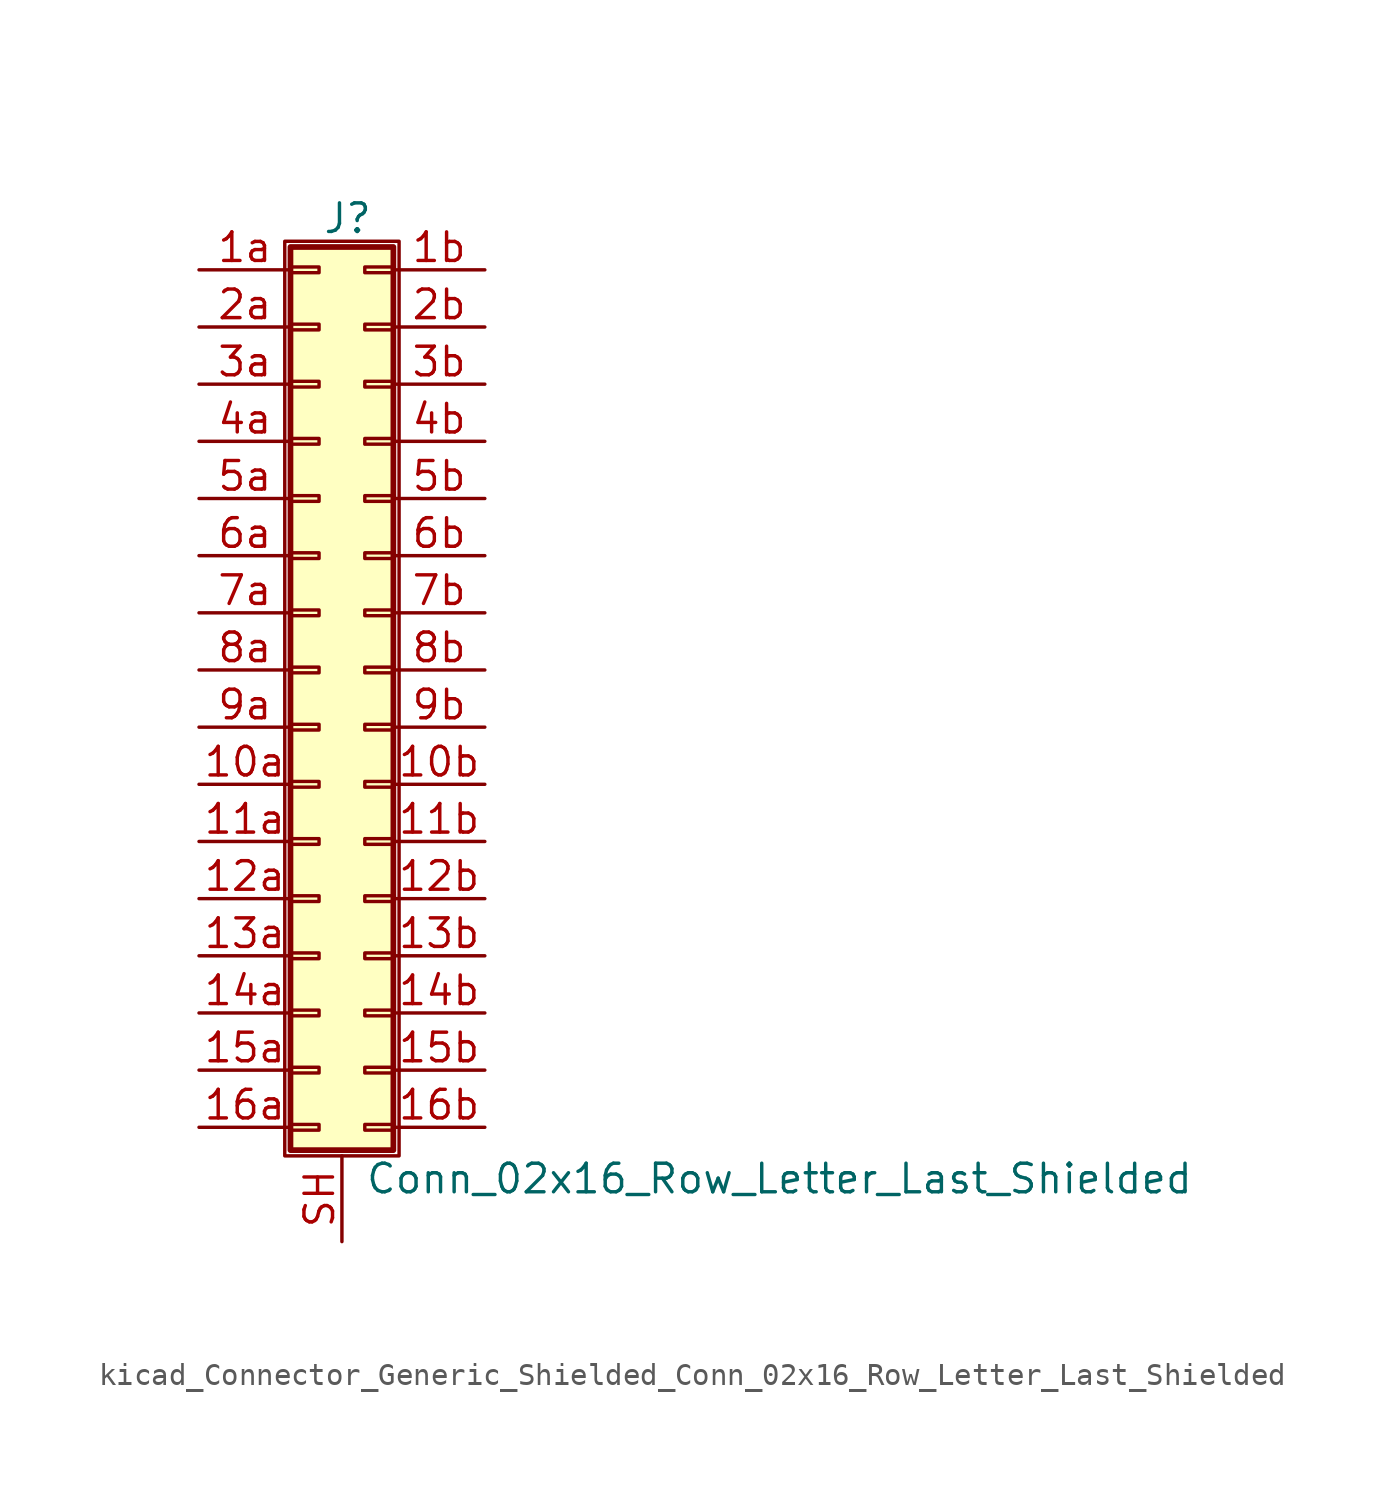
<source format=kicad_sym>
(kicad_symbol_lib
  (version 20220914)
  (generator kicad_symbol_editor)
  (symbol "kicad_Connector_Generic_Shielded_Conn_02x16_Row_Letter_Last_Shielded"
    (pin_names
      (offset 1.016) hide)
    (property "Reference" "J"
      (at 1.524 20.066 0)
      (effects (font (size 1.27 1.27))))
    (property "Value" "Conn_02x16_Row_Letter_Last_Shielded"
      (at 2.286 -22.606 0)
      (effects (font (size 1.27 1.27)) (justify left)))
    (symbol "kicad_Connector_Generic_Shielded_Conn_02x16_Row_Letter_Last_Shielded_1_1"
      (rectangle (start -1.27 19.05) (end 3.81 -21.59) (stroke (width 0.152) (type default)) (fill (type none)))
      (rectangle (start -1.016 -20.193) (end 0.254 -20.447) (stroke (width 0.152) (type default)) (fill (type none)))
      (rectangle (start -1.016 -17.653) (end 0.254 -17.907) (stroke (width 0.152) (type default)) (fill (type none)))
      (rectangle (start -1.016 -15.113) (end 0.254 -15.367) (stroke (width 0.152) (type default)) (fill (type none)))
      (rectangle (start -1.016 -12.573) (end 0.254 -12.827) (stroke (width 0.152) (type default)) (fill (type none)))
      (rectangle (start -1.016 -10.033) (end 0.254 -10.287) (stroke (width 0.152) (type default)) (fill (type none)))
      (rectangle (start -1.016 -7.493) (end 0.254 -7.747) (stroke (width 0.152) (type default)) (fill (type none)))
      (rectangle (start -1.016 -4.953) (end 0.254 -5.207) (stroke (width 0.152) (type default)) (fill (type none)))
      (rectangle (start -1.016 -2.413) (end 0.254 -2.667) (stroke (width 0.152) (type default)) (fill (type none)))
      (rectangle (start -1.016 0.127) (end 0.254 -0.127) (stroke (width 0.152) (type default)) (fill (type none)))
      (rectangle (start -1.016 2.667) (end 0.254 2.413) (stroke (width 0.152) (type default)) (fill (type none)))
      (rectangle (start -1.016 5.207) (end 0.254 4.953) (stroke (width 0.152) (type default)) (fill (type none)))
      (rectangle (start -1.016 7.747) (end 0.254 7.493) (stroke (width 0.152) (type default)) (fill (type none)))
      (rectangle (start -1.016 10.287) (end 0.254 10.033) (stroke (width 0.152) (type default)) (fill (type none)))
      (rectangle (start -1.016 12.827) (end 0.254 12.573) (stroke (width 0.152) (type default)) (fill (type none)))
      (rectangle (start -1.016 15.367) (end 0.254 15.113) (stroke (width 0.152) (type default)) (fill (type none)))
      (rectangle (start -1.016 17.907) (end 0.254 17.653) (stroke (width 0.152) (type default)) (fill (type none)))
      (rectangle (start -1.016 18.796) (end 3.556 -21.336) (stroke (width 0.254) (type default)) (fill (type background)))
      (rectangle (start 3.556 -20.193) (end 2.286 -20.447) (stroke (width 0.152) (type default)) (fill (type none)))
      (rectangle (start 3.556 -17.653) (end 2.286 -17.907) (stroke (width 0.152) (type default)) (fill (type none)))
      (rectangle (start 3.556 -15.113) (end 2.286 -15.367) (stroke (width 0.152) (type default)) (fill (type none)))
      (rectangle (start 3.556 -12.573) (end 2.286 -12.827) (stroke (width 0.152) (type default)) (fill (type none)))
      (rectangle (start 3.556 -10.033) (end 2.286 -10.287) (stroke (width 0.152) (type default)) (fill (type none)))
      (rectangle (start 3.556 -7.493) (end 2.286 -7.747) (stroke (width 0.152) (type default)) (fill (type none)))
      (rectangle (start 3.556 -4.953) (end 2.286 -5.207) (stroke (width 0.152) (type default)) (fill (type none)))
      (rectangle (start 3.556 -2.413) (end 2.286 -2.667) (stroke (width 0.152) (type default)) (fill (type none)))
      (rectangle (start 3.556 0.127) (end 2.286 -0.127) (stroke (width 0.152) (type default)) (fill (type none)))
      (rectangle (start 3.556 2.667) (end 2.286 2.413) (stroke (width 0.152) (type default)) (fill (type none)))
      (rectangle (start 3.556 5.207) (end 2.286 4.953) (stroke (width 0.152) (type default)) (fill (type none)))
      (rectangle (start 3.556 7.747) (end 2.286 7.493) (stroke (width 0.152) (type default)) (fill (type none)))
      (rectangle (start 3.556 10.287) (end 2.286 10.033) (stroke (width 0.152) (type default)) (fill (type none)))
      (rectangle (start 3.556 12.827) (end 2.286 12.573) (stroke (width 0.152) (type default)) (fill (type none)))
      (rectangle (start 3.556 15.367) (end 2.286 15.113) (stroke (width 0.152) (type default)) (fill (type none)))
      (rectangle (start 3.556 17.907) (end 2.286 17.653) (stroke (width 0.152) (type default)) (fill (type none)))
      (pin passive line (at -5.08 -5.08 0) (length 4.064) (name "Pin_10a" (effects (font (size 1.27 1.27)))) (number "10a" (effects (font (size 1.27 1.27)))))
      (pin passive line (at 7.62 -5.08 180) (length 4.064) (name "Pin_10b" (effects (font (size 1.27 1.27)))) (number "10b" (effects (font (size 1.27 1.27)))))
      (pin passive line (at -5.08 -7.62 0) (length 4.064) (name "Pin_11a" (effects (font (size 1.27 1.27)))) (number "11a" (effects (font (size 1.27 1.27)))))
      (pin passive line (at 7.62 -7.62 180) (length 4.064) (name "Pin_11b" (effects (font (size 1.27 1.27)))) (number "11b" (effects (font (size 1.27 1.27)))))
      (pin passive line (at -5.08 -10.16 0) (length 4.064) (name "Pin_12a" (effects (font (size 1.27 1.27)))) (number "12a" (effects (font (size 1.27 1.27)))))
      (pin passive line (at 7.62 -10.16 180) (length 4.064) (name "Pin_12b" (effects (font (size 1.27 1.27)))) (number "12b" (effects (font (size 1.27 1.27)))))
      (pin passive line (at -5.08 -12.7 0) (length 4.064) (name "Pin_13a" (effects (font (size 1.27 1.27)))) (number "13a" (effects (font (size 1.27 1.27)))))
      (pin passive line (at 7.62 -12.7 180) (length 4.064) (name "Pin_13b" (effects (font (size 1.27 1.27)))) (number "13b" (effects (font (size 1.27 1.27)))))
      (pin passive line (at -5.08 -15.24 0) (length 4.064) (name "Pin_14a" (effects (font (size 1.27 1.27)))) (number "14a" (effects (font (size 1.27 1.27)))))
      (pin passive line (at 7.62 -15.24 180) (length 4.064) (name "Pin_14b" (effects (font (size 1.27 1.27)))) (number "14b" (effects (font (size 1.27 1.27)))))
      (pin passive line (at -5.08 -17.78 0) (length 4.064) (name "Pin_15a" (effects (font (size 1.27 1.27)))) (number "15a" (effects (font (size 1.27 1.27)))))
      (pin passive line (at 7.62 -17.78 180) (length 4.064) (name "Pin_15b" (effects (font (size 1.27 1.27)))) (number "15b" (effects (font (size 1.27 1.27)))))
      (pin passive line (at -5.08 -20.32 0) (length 4.064) (name "Pin_16a" (effects (font (size 1.27 1.27)))) (number "16a" (effects (font (size 1.27 1.27)))))
      (pin passive line (at 7.62 -20.32 180) (length 4.064) (name "Pin_16b" (effects (font (size 1.27 1.27)))) (number "16b" (effects (font (size 1.27 1.27)))))
      (pin passive line (at -5.08 17.78 0) (length 4.064) (name "Pin_1a" (effects (font (size 1.27 1.27)))) (number "1a" (effects (font (size 1.27 1.27)))))
      (pin passive line (at 7.62 17.78 180) (length 4.064) (name "Pin_1b" (effects (font (size 1.27 1.27)))) (number "1b" (effects (font (size 1.27 1.27)))))
      (pin passive line (at -5.08 15.24 0) (length 4.064) (name "Pin_2a" (effects (font (size 1.27 1.27)))) (number "2a" (effects (font (size 1.27 1.27)))))
      (pin passive line (at 7.62 15.24 180) (length 4.064) (name "Pin_2b" (effects (font (size 1.27 1.27)))) (number "2b" (effects (font (size 1.27 1.27)))))
      (pin passive line (at -5.08 12.7 0) (length 4.064) (name "Pin_3a" (effects (font (size 1.27 1.27)))) (number "3a" (effects (font (size 1.27 1.27)))))
      (pin passive line (at 7.62 12.7 180) (length 4.064) (name "Pin_3b" (effects (font (size 1.27 1.27)))) (number "3b" (effects (font (size 1.27 1.27)))))
      (pin passive line (at -5.08 10.16 0) (length 4.064) (name "Pin_4a" (effects (font (size 1.27 1.27)))) (number "4a" (effects (font (size 1.27 1.27)))))
      (pin passive line (at 7.62 10.16 180) (length 4.064) (name "Pin_4b" (effects (font (size 1.27 1.27)))) (number "4b" (effects (font (size 1.27 1.27)))))
      (pin passive line (at -5.08 7.62 0) (length 4.064) (name "Pin_5a" (effects (font (size 1.27 1.27)))) (number "5a" (effects (font (size 1.27 1.27)))))
      (pin passive line (at 7.62 7.62 180) (length 4.064) (name "Pin_5b" (effects (font (size 1.27 1.27)))) (number "5b" (effects (font (size 1.27 1.27)))))
      (pin passive line (at -5.08 5.08 0) (length 4.064) (name "Pin_6a" (effects (font (size 1.27 1.27)))) (number "6a" (effects (font (size 1.27 1.27)))))
      (pin passive line (at 7.62 5.08 180) (length 4.064) (name "Pin_6b" (effects (font (size 1.27 1.27)))) (number "6b" (effects (font (size 1.27 1.27)))))
      (pin passive line (at -5.08 2.54 0) (length 4.064) (name "Pin_7a" (effects (font (size 1.27 1.27)))) (number "7a" (effects (font (size 1.27 1.27)))))
      (pin passive line (at 7.62 2.54 180) (length 4.064) (name "Pin_7b" (effects (font (size 1.27 1.27)))) (number "7b" (effects (font (size 1.27 1.27)))))
      (pin passive line (at -5.08 0 0) (length 4.064) (name "Pin_8a" (effects (font (size 1.27 1.27)))) (number "8a" (effects (font (size 1.27 1.27)))))
      (pin passive line (at 7.62 0 180) (length 4.064) (name "Pin_8b" (effects (font (size 1.27 1.27)))) (number "8b" (effects (font (size 1.27 1.27)))))
      (pin passive line (at -5.08 -2.54 0) (length 4.064) (name "Pin_9a" (effects (font (size 1.27 1.27)))) (number "9a" (effects (font (size 1.27 1.27)))))
      (pin passive line (at 7.62 -2.54 180) (length 4.064) (name "Pin_9b" (effects (font (size 1.27 1.27)))) (number "9b" (effects (font (size 1.27 1.27)))))
      (pin passive line (at 1.27 -25.4 90) (length 3.81) (name "Shield" (effects (font (size 1.27 1.27)))) (number "SH" (effects (font (size 1.27 1.27))))))))
</source>
